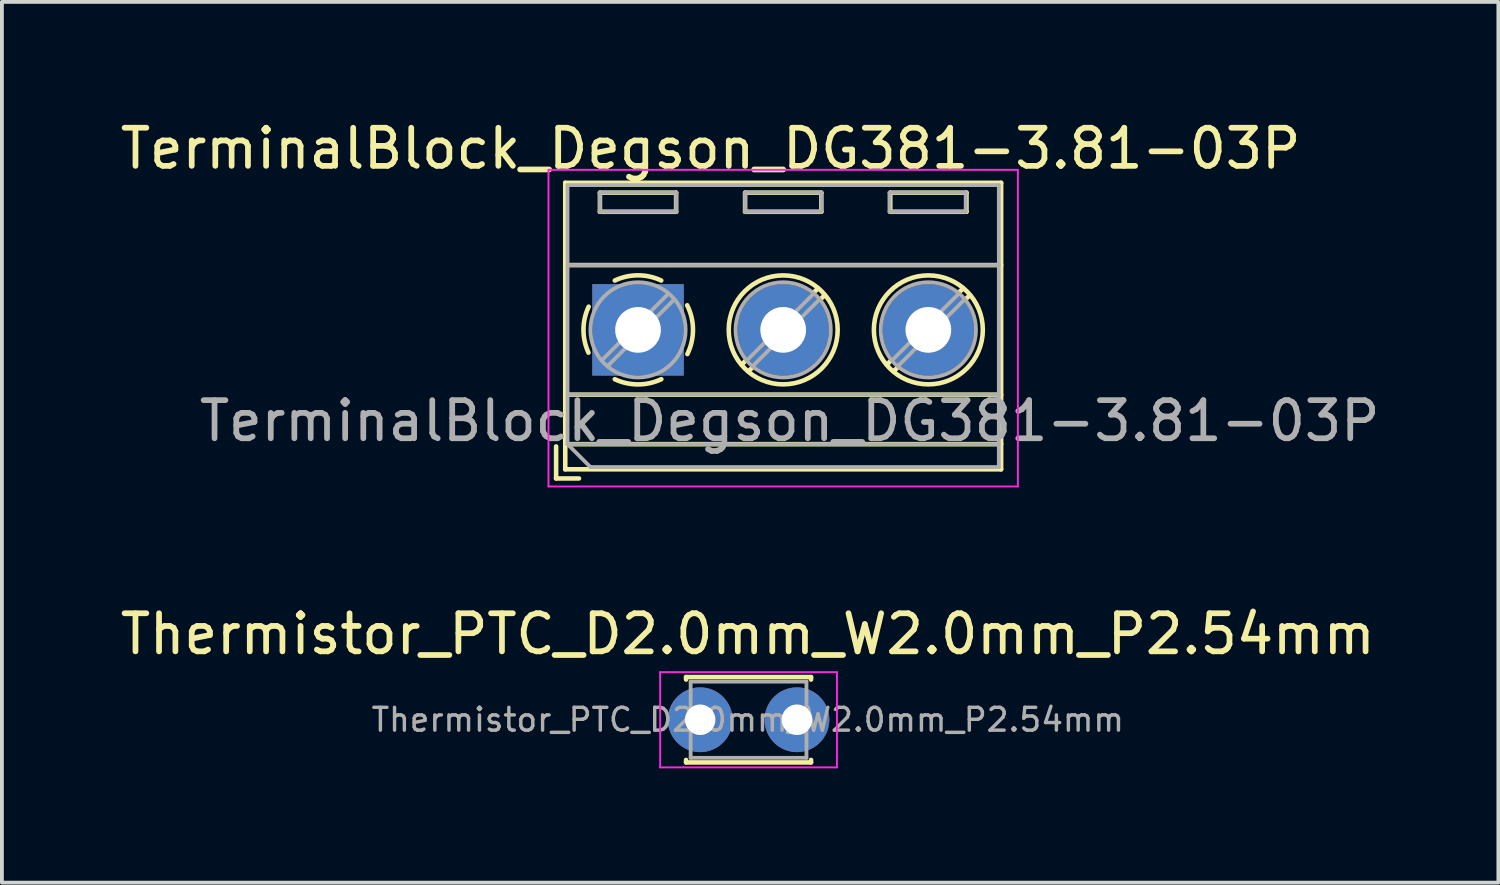
<source format=kicad_pcb>
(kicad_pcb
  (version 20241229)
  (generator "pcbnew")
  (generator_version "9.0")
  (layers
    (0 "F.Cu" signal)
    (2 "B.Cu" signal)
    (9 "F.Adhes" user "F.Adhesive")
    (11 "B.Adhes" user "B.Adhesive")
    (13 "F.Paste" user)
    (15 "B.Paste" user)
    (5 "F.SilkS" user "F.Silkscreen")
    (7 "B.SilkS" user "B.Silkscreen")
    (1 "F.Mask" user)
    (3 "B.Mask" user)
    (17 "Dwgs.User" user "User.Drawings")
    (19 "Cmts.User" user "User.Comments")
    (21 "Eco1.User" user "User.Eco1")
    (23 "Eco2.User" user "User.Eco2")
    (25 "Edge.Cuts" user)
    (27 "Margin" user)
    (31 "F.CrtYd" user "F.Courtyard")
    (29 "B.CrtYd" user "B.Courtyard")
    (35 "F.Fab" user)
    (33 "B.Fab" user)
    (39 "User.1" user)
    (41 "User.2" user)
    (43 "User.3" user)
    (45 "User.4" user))
  (footprint "TerminalBlock_Degson_DG381-3.81-03P"
    (layer "F.Cu")
    (at 13.696 5.608)
    (property "Reference" "TerminalBlock_Degson_DG381-3.81-03P" (at 1.905 -4.76 0) (layer "F.SilkS") (effects (font (size 1 1) (thickness 0.15))))
    (attr through_hole)
    (fp_line (start -2.15 3.06) (end -2.15 3.9) (stroke (width 0.12) (type solid)) (layer "F.SilkS"))
    (fp_line (start -2.15 3.9) (end -1.55 3.9) (stroke (width 0.12) (type solid)) (layer "F.SilkS"))
    (fp_line (start -1.91 -3.86) (end -1.91 3.66) (stroke (width 0.12) (type solid)) (layer "F.SilkS"))
    (fp_line (start -1.91 -3.86) (end 9.53 -3.86) (stroke (width 0.12) (type solid)) (layer "F.SilkS"))
    (fp_line (start -1.91 -1.7) (end 9.53 -1.7) (stroke (width 0.12) (type solid)) (layer "F.SilkS"))
    (fp_line (start -1.91 1.701) (end 9.53 1.701) (stroke (width 0.12) (type solid)) (layer "F.SilkS"))
    (fp_line (start -1.91 3) (end 9.53 3) (stroke (width 0.12) (type solid)) (layer "F.SilkS"))
    (fp_line (start -1.91 3.66) (end 9.53 3.66) (stroke (width 0.12) (type solid)) (layer "F.SilkS"))
    (fp_line (start -1 -3.6) (end -1 -3.1) (stroke (width 0.12) (type solid)) (layer "F.SilkS"))
    (fp_line (start -1 -3.6) (end 1 -3.6) (stroke (width 0.12) (type solid)) (layer "F.SilkS"))
    (fp_line (start -1 -3.1) (end 1 -3.1) (stroke (width 0.12) (type solid)) (layer "F.SilkS"))
    (fp_line (start 1 -3.6) (end 1 -3.1) (stroke (width 0.12) (type solid)) (layer "F.SilkS"))
    (fp_line (start 2.81 -3.6) (end 2.81 -3.1) (stroke (width 0.12) (type solid)) (layer "F.SilkS"))
    (fp_line (start 2.81 -3.6) (end 4.81 -3.6) (stroke (width 0.12) (type solid)) (layer "F.SilkS"))
    (fp_line (start 2.81 -3.1) (end 4.81 -3.1) (stroke (width 0.12) (type solid)) (layer "F.SilkS"))
    (fp_line (start 2.819 0.813) (end 2.726 0.91) (stroke (width 0.12) (type solid)) (layer "F.SilkS"))
    (fp_line (start 2.997 0.991) (end 2.9 1.085) (stroke (width 0.12) (type solid)) (layer "F.SilkS"))
    (fp_line (start 4.721 -1.085) (end 4.623 -0.991) (stroke (width 0.12) (type solid)) (layer "F.SilkS"))
    (fp_line (start 4.81 -3.6) (end 4.81 -3.1) (stroke (width 0.12) (type solid)) (layer "F.SilkS"))
    (fp_line (start 4.895 -0.91) (end 4.801 -0.813) (stroke (width 0.12) (type solid)) (layer "F.SilkS"))
    (fp_line (start 6.62 -3.6) (end 6.62 -3.1) (stroke (width 0.12) (type solid)) (layer "F.SilkS"))
    (fp_line (start 6.62 -3.6) (end 8.62 -3.6) (stroke (width 0.12) (type solid)) (layer "F.SilkS"))
    (fp_line (start 6.62 -3.1) (end 8.62 -3.1) (stroke (width 0.12) (type solid)) (layer "F.SilkS"))
    (fp_line (start 6.629 0.813) (end 6.536 0.91) (stroke (width 0.12) (type solid)) (layer "F.SilkS"))
    (fp_line (start 6.807 0.991) (end 6.71 1.085) (stroke (width 0.12) (type solid)) (layer "F.SilkS"))
    (fp_line (start 8.531 -1.085) (end 8.433 -0.991) (stroke (width 0.12) (type solid)) (layer "F.SilkS"))
    (fp_line (start 8.62 -3.6) (end 8.62 -3.1) (stroke (width 0.12) (type solid)) (layer "F.SilkS"))
    (fp_line (start 8.705 -0.91) (end 8.611 -0.813) (stroke (width 0.12) (type solid)) (layer "F.SilkS"))
    (fp_line (start 9.53 -3.86) (end 9.53 3.66) (stroke (width 0.12) (type solid)) (layer "F.SilkS"))
    (fp_arc (start -1.300692 0.598221) (mid -1.431652 -0.006274) (end -1.295399 -0.609599) (stroke (width 0.12) (type solid)) (layer "F.SilkS"))
    (fp_arc (start -0.609549 -1.295423) (mid 0.000028 -1.431667) (end 0.609599 -1.295399) (stroke (width 0.12) (type solid)) (layer "F.SilkS"))
    (fp_arc (start 0.611809 1.294357) (mid 0.001222 1.431666) (end -0.609599 1.295399) (stroke (width 0.12) (type solid)) (layer "F.SilkS"))
    (fp_arc (start 1.290122 -0.645654) (mid 1.442653 -0.005945) (end 1.295399 0.634999) (stroke (width 0.12) (type solid)) (layer "F.SilkS"))
    (fp_circle (center 3.81 0) (end 5.24 0) (stroke (width 0.12) (type solid)) (fill no) (layer "F.SilkS"))
    (fp_circle (center 7.62 0) (end 9.05 0) (stroke (width 0.12) (type solid)) (fill no) (layer "F.SilkS"))
    (fp_line (start -2.35 -4.2) (end -2.35 4.11) (stroke (width 0.05) (type solid)) (layer "F.CrtYd"))
    (fp_line (start -2.35 4.11) (end 9.97 4.11) (stroke (width 0.05) (type solid)) (layer "F.CrtYd"))
    (fp_line (start 9.97 -4.2) (end -2.35 -4.2) (stroke (width 0.05) (type solid)) (layer "F.CrtYd"))
    (fp_line (start 9.97 4.11) (end 9.97 -4.2) (stroke (width 0.05) (type solid)) (layer "F.CrtYd"))
    (fp_line (start -1.85 -3.8) (end 9.47 -3.8) (stroke (width 0.1) (type solid)) (layer "F.Fab"))
    (fp_line (start -1.85 -1.7) (end 9.47 -1.7) (stroke (width 0.1) (type solid)) (layer "F.Fab"))
    (fp_line (start -1.85 1.7) (end 9.47 1.7) (stroke (width 0.1) (type solid)) (layer "F.Fab"))
    (fp_line (start -1.85 3) (end -1.85 -3.8) (stroke (width 0.1) (type solid)) (layer "F.Fab"))
    (fp_line (start -1.85 3) (end 9.47 3) (stroke (width 0.1) (type solid)) (layer "F.Fab"))
    (fp_line (start -1.25 3.6) (end -1.85 3) (stroke (width 0.1) (type solid)) (layer "F.Fab"))
    (fp_line (start -1 -3.6) (end -1 -3.1) (stroke (width 0.1) (type solid)) (layer "F.Fab"))
    (fp_line (start -1 -3.1) (end 1 -3.1) (stroke (width 0.1) (type solid)) (layer "F.Fab"))
    (fp_line (start 0.796 -0.948) (end -0.949 0.796) (stroke (width 0.1) (type solid)) (layer "F.Fab"))
    (fp_line (start 0.949 -0.796) (end -0.796 0.948) (stroke (width 0.1) (type solid)) (layer "F.Fab"))
    (fp_line (start 1 -3.6) (end -1 -3.6) (stroke (width 0.1) (type solid)) (layer "F.Fab"))
    (fp_line (start 1 -3.1) (end 1 -3.6) (stroke (width 0.1) (type solid)) (layer "F.Fab"))
    (fp_line (start 2.81 -3.6) (end 2.81 -3.1) (stroke (width 0.1) (type solid)) (layer "F.Fab"))
    (fp_line (start 2.81 -3.1) (end 4.81 -3.1) (stroke (width 0.1) (type solid)) (layer "F.Fab"))
    (fp_line (start 4.606 -0.948) (end 2.862 0.796) (stroke (width 0.1) (type solid)) (layer "F.Fab"))
    (fp_line (start 4.759 -0.796) (end 3.015 0.948) (stroke (width 0.1) (type solid)) (layer "F.Fab"))
    (fp_line (start 4.81 -3.6) (end 2.81 -3.6) (stroke (width 0.1) (type solid)) (layer "F.Fab"))
    (fp_line (start 4.81 -3.1) (end 4.81 -3.6) (stroke (width 0.1) (type solid)) (layer "F.Fab"))
    (fp_line (start 6.6 -3.6) (end 6.6 -3.1) (stroke (width 0.1) (type solid)) (layer "F.Fab"))
    (fp_line (start 6.6 -3.1) (end 8.6 -3.1) (stroke (width 0.1) (type solid)) (layer "F.Fab"))
    (fp_line (start 8.416 -0.948) (end 6.672 0.796) (stroke (width 0.1) (type solid)) (layer "F.Fab"))
    (fp_line (start 8.569 -0.796) (end 6.825 0.948) (stroke (width 0.1) (type solid)) (layer "F.Fab"))
    (fp_line (start 8.6 -3.6) (end 6.6 -3.6) (stroke (width 0.1) (type solid)) (layer "F.Fab"))
    (fp_line (start 8.6 -3.1) (end 8.6 -3.6) (stroke (width 0.1) (type solid)) (layer "F.Fab"))
    (fp_line (start 9.47 -3.8) (end 9.47 3.6) (stroke (width 0.1) (type solid)) (layer "F.Fab"))
    (fp_line (start 9.47 3.6) (end -1.25 3.6) (stroke (width 0.1) (type solid)) (layer "F.Fab"))
    (fp_circle (center 0 0) (end 1.25 0) (stroke (width 0.1) (type solid)) (fill no) (layer "F.Fab"))
    (fp_circle (center 3.81 0) (end 5.06 0) (stroke (width 0.1) (type solid)) (fill no) (layer "F.Fab"))
    (fp_circle (center 7.62 0) (end 8.87 0) (stroke (width 0.1) (type solid)) (fill no) (layer "F.Fab"))
    (fp_text user "${REFERENCE}" (at 3.98 2.39 0) (layer "F.Fab") (effects (font (size 1 1) (thickness 0.15))))
    (pad "1" thru_hole rect (at 0 0) (size 2.4 2.4) (drill 1.2) (layers "*.Cu" "*.Mask"))
    (pad "2" thru_hole circle (at 3.81 0) (size 2.4 2.4) (drill 1.2) (layers "*.Cu" "*.Mask"))
    (pad "3" thru_hole circle (at 7.62 0) (size 2.4 2.4) (drill 1.2) (layers "*.Cu" "*.Mask")))
  (footprint "Thermistor_PTC_D2.0mm_W2.0mm_P2.54mm"
    (layer "F.Cu")
    (at 15.327 15.841)
    (property "Reference" "Thermistor_PTC_D2.0mm_W2.0mm_P2.54mm" (at 1.25 -2.25 0) (layer "F.SilkS") (effects (font (size 1 1) (thickness 0.15))))
    (attr through_hole)
    (fp_line (start -0.37 -1.12) (end -0.37 -1.055) (stroke (width 0.12) (type solid)) (layer "F.SilkS"))
    (fp_line (start -0.37 -1.12) (end 2.91 -1.12) (stroke (width 0.12) (type solid)) (layer "F.SilkS"))
    (fp_line (start -0.37 1.055) (end -0.37 1.12) (stroke (width 0.12) (type solid)) (layer "F.SilkS"))
    (fp_line (start -0.37 1.12) (end 2.91 1.12) (stroke (width 0.12) (type solid)) (layer "F.SilkS"))
    (fp_line (start 2.91 -1.12) (end 2.91 -1.055) (stroke (width 0.12) (type solid)) (layer "F.SilkS"))
    (fp_line (start 2.91 1.055) (end 2.91 1.12) (stroke (width 0.12) (type solid)) (layer "F.SilkS"))
    (fp_line (start -1.05 -1.25) (end -1.05 1.25) (stroke (width 0.05) (type solid)) (layer "F.CrtYd"))
    (fp_line (start -1.05 1.25) (end 3.59 1.25) (stroke (width 0.05) (type solid)) (layer "F.CrtYd"))
    (fp_line (start 3.59 -1.25) (end -1.05 -1.25) (stroke (width 0.05) (type solid)) (layer "F.CrtYd"))
    (fp_line (start 3.59 1.25) (end 3.59 -1.25) (stroke (width 0.05) (type solid)) (layer "F.CrtYd"))
    (fp_line (start -0.25 -1) (end -0.25 1) (stroke (width 0.1) (type solid)) (layer "F.Fab"))
    (fp_line (start -0.25 1) (end 2.79 1) (stroke (width 0.1) (type solid)) (layer "F.Fab"))
    (fp_line (start 2.79 -1) (end -0.25 -1) (stroke (width 0.1) (type solid)) (layer "F.Fab"))
    (fp_line (start 2.79 1) (end 2.79 -1) (stroke (width 0.1) (type solid)) (layer "F.Fab"))
    (fp_text user "${REFERENCE}" (at 1.25 0 0) (layer "F.Fab") (effects (font (size 0.6 0.6) (thickness 0.09))))
    (pad "1" thru_hole circle (at 0 0) (size 1.7 1.7) (drill 0.8) (layers "*.Cu" "*.Mask"))
    (pad "2" thru_hole circle (at 2.54 0) (size 1.7 1.7) (drill 0.8) (layers "*.Cu" "*.Mask")))
  (gr_rect
    (start -3 -3)
    (end 36.277 20.116)
    (stroke (width 0.1) (type default))
    (fill no)
    (layer "Edge.Cuts")))
</source>
